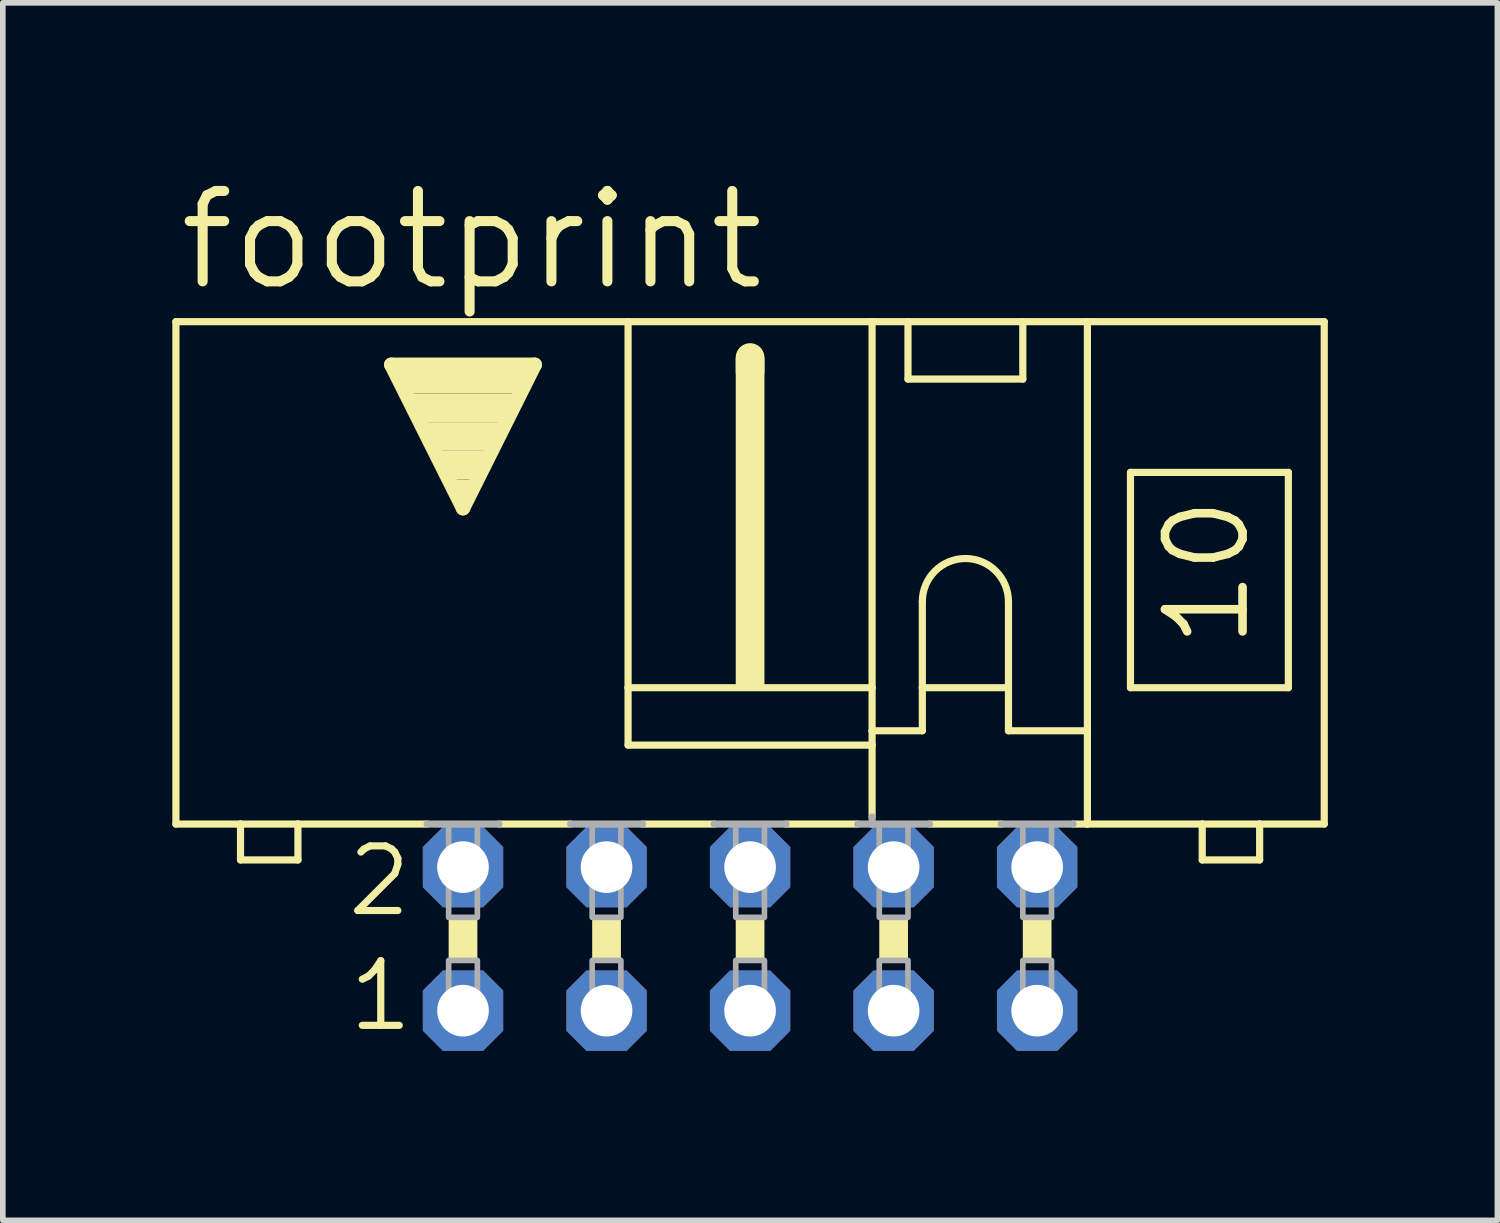
<source format=kicad_pcb>
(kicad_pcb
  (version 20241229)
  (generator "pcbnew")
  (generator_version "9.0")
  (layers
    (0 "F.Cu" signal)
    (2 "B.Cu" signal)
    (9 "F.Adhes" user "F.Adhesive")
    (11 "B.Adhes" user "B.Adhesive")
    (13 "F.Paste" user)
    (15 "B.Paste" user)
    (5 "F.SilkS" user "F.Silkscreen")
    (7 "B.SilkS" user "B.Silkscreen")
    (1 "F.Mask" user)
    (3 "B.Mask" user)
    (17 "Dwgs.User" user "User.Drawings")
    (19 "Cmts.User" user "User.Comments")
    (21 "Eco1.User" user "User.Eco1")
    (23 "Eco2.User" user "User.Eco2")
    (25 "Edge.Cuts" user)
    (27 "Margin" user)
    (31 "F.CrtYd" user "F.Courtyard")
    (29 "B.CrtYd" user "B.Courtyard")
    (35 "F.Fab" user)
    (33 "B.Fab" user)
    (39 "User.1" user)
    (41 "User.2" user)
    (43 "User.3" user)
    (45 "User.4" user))
  (footprint "footprint"
    (layer "F.Cu")
    (at 10.223 13.564)
    (property "Reference" "footprint" (at -10.185 -11.43 0) (layer "F.SilkS") (effects (font (size 1.6 1.6) (thickness 0.178)) (justify left bottom)))
    (fp_line (start -10.16 -2.032) (end -10.16 -10.922) (stroke (width 0.127) (type solid)) (layer "F.SilkS"))
    (fp_line (start -10.16 -2.032) (end -9.017 -2.032) (stroke (width 0.127) (type solid)) (layer "F.SilkS"))
    (fp_line (start -9.017 -2.032) (end -9.017 -1.397) (stroke (width 0.127) (type solid)) (layer "F.SilkS"))
    (fp_line (start -9.017 -2.032) (end -8.001 -2.032) (stroke (width 0.127) (type solid)) (layer "F.SilkS"))
    (fp_line (start -8.001 -2.032) (end -5.715 -2.032) (stroke (width 0.127) (type solid)) (layer "F.SilkS"))
    (fp_line (start -8.001 -1.397) (end -9.017 -1.397) (stroke (width 0.127) (type solid)) (layer "F.SilkS"))
    (fp_line (start -8.001 -1.397) (end -8.001 -2.032) (stroke (width 0.127) (type solid)) (layer "F.SilkS"))
    (fp_line (start -6.35 -10.16) (end -3.81 -10.16) (stroke (width 0.254) (type solid)) (layer "F.SilkS"))
    (fp_line (start -5.08 -7.62) (end -6.35 -10.16) (stroke (width 0.254) (type solid)) (layer "F.SilkS"))
    (fp_line (start -4.445 -2.032) (end -3.175 -2.032) (stroke (width 0.127) (type solid)) (layer "F.SilkS"))
    (fp_line (start -3.81 -10.16) (end -5.08 -7.62) (stroke (width 0.254) (type solid)) (layer "F.SilkS"))
    (fp_line (start -2.159 -10.922) (end -10.16 -10.922) (stroke (width 0.127) (type solid)) (layer "F.SilkS"))
    (fp_line (start -2.159 -10.922) (end -2.159 -4.445) (stroke (width 0.127) (type solid)) (layer "F.SilkS"))
    (fp_line (start -2.159 -10.922) (end 2.159 -10.922) (stroke (width 0.127) (type solid)) (layer "F.SilkS"))
    (fp_line (start -2.159 -4.445) (end -2.159 -3.429) (stroke (width 0.127) (type solid)) (layer "F.SilkS"))
    (fp_line (start -1.905 -2.032) (end -0.635 -2.032) (stroke (width 0.127) (type solid)) (layer "F.SilkS"))
    (fp_line (start 0 -10.033) (end 0 -10.287) (stroke (width 0.508) (type solid)) (layer "F.SilkS"))
    (fp_line (start 0.635 -2.032) (end 1.905 -2.032) (stroke (width 0.127) (type solid)) (layer "F.SilkS"))
    (fp_line (start 2.159 -10.922) (end 2.159 -4.445) (stroke (width 0.127) (type solid)) (layer "F.SilkS"))
    (fp_line (start 2.159 -10.922) (end 10.16 -10.922) (stroke (width 0.127) (type solid)) (layer "F.SilkS"))
    (fp_line (start 2.159 -4.445) (end -2.159 -4.445) (stroke (width 0.127) (type solid)) (layer "F.SilkS"))
    (fp_line (start 2.159 -4.445) (end 2.159 -3.683) (stroke (width 0.127) (type solid)) (layer "F.SilkS"))
    (fp_line (start 2.159 -3.683) (end 2.159 -3.429) (stroke (width 0.127) (type solid)) (layer "F.SilkS"))
    (fp_line (start 2.159 -3.683) (end 3.048 -3.683) (stroke (width 0.127) (type solid)) (layer "F.SilkS"))
    (fp_line (start 2.159 -3.429) (end -2.159 -3.429) (stroke (width 0.127) (type solid)) (layer "F.SilkS"))
    (fp_line (start 2.159 -3.429) (end 2.159 -2.159) (stroke (width 0.127) (type solid)) (layer "F.SilkS"))
    (fp_line (start 2.794 -9.906) (end 2.794 -10.922) (stroke (width 0.127) (type solid)) (layer "F.SilkS"))
    (fp_line (start 2.794 -9.906) (end 4.826 -9.906) (stroke (width 0.127) (type solid)) (layer "F.SilkS"))
    (fp_line (start 3.048 -5.969) (end 3.048 -4.445) (stroke (width 0.127) (type solid)) (layer "F.SilkS"))
    (fp_line (start 3.048 -4.445) (end 3.048 -3.683) (stroke (width 0.127) (type solid)) (layer "F.SilkS"))
    (fp_line (start 3.048 -4.445) (end 4.572 -4.445) (stroke (width 0.127) (type solid)) (layer "F.SilkS"))
    (fp_line (start 3.175 -2.032) (end 4.445 -2.032) (stroke (width 0.127) (type solid)) (layer "F.SilkS"))
    (fp_line (start 4.572 -5.969) (end 4.572 -4.445) (stroke (width 0.127) (type solid)) (layer "F.SilkS"))
    (fp_line (start 4.572 -4.445) (end 4.572 -3.683) (stroke (width 0.127) (type solid)) (layer "F.SilkS"))
    (fp_line (start 4.572 -3.683) (end 5.969 -3.683) (stroke (width 0.127) (type solid)) (layer "F.SilkS"))
    (fp_line (start 4.826 -10.922) (end 4.826 -9.906) (stroke (width 0.127) (type solid)) (layer "F.SilkS"))
    (fp_line (start 5.969 -3.683) (end 5.969 -10.922) (stroke (width 0.127) (type solid)) (layer "F.SilkS"))
    (fp_line (start 5.969 -3.683) (end 5.969 -2.032) (stroke (width 0.127) (type solid)) (layer "F.SilkS"))
    (fp_line (start 5.969 -2.032) (end 5.715 -2.032) (stroke (width 0.127) (type solid)) (layer "F.SilkS"))
    (fp_line (start 6.731 -8.255) (end 6.731 -4.445) (stroke (width 0.127) (type solid)) (layer "F.SilkS"))
    (fp_line (start 6.731 -8.255) (end 9.525 -8.255) (stroke (width 0.127) (type solid)) (layer "F.SilkS"))
    (fp_line (start 6.731 -4.445) (end 9.525 -4.445) (stroke (width 0.127) (type solid)) (layer "F.SilkS"))
    (fp_line (start 8.001 -2.032) (end 5.969 -2.032) (stroke (width 0.127) (type solid)) (layer "F.SilkS"))
    (fp_line (start 8.001 -2.032) (end 8.001 -1.397) (stroke (width 0.127) (type solid)) (layer "F.SilkS"))
    (fp_line (start 9.017 -2.032) (end 8.001 -2.032) (stroke (width 0.127) (type solid)) (layer "F.SilkS"))
    (fp_line (start 9.017 -1.397) (end 8.001 -1.397) (stroke (width 0.127) (type solid)) (layer "F.SilkS"))
    (fp_line (start 9.017 -1.397) (end 9.017 -2.032) (stroke (width 0.127) (type solid)) (layer "F.SilkS"))
    (fp_line (start 9.525 -4.445) (end 9.525 -8.255) (stroke (width 0.127) (type solid)) (layer "F.SilkS"))
    (fp_line (start 10.16 -10.922) (end 10.16 -2.032) (stroke (width 0.127) (type solid)) (layer "F.SilkS"))
    (fp_line (start 10.16 -2.032) (end 9.017 -2.032) (stroke (width 0.127) (type solid)) (layer "F.SilkS"))
    (fp_arc (start 3.048 -5.969) (mid 3.81 -6.731) (end 4.572 -5.969) (stroke (width 0.127) (type solid)) (layer "F.SilkS"))
    (fp_poly (pts (xy -6.223 -9.652) (xy -3.937 -9.652) (xy -3.937 -10.16) (xy -6.223 -10.16)) (stroke (width 0) (type solid)) (fill yes) (layer "F.SilkS"))
    (fp_poly (pts (xy -5.969 -9.144) (xy -4.191 -9.144) (xy -4.191 -9.652) (xy -5.969 -9.652)) (stroke (width 0) (type solid)) (fill yes) (layer "F.SilkS"))
    (fp_poly (pts (xy -5.715 -8.636) (xy -4.445 -8.636) (xy -4.445 -9.144) (xy -5.715 -9.144)) (stroke (width 0) (type solid)) (fill yes) (layer "F.SilkS"))
    (fp_poly (pts (xy -5.461 -8.128) (xy -4.699 -8.128) (xy -4.699 -8.636) (xy -5.461 -8.636)) (stroke (width 0) (type solid)) (fill yes) (layer "F.SilkS"))
    (fp_poly (pts (xy -5.334 0.381) (xy -4.826 0.381) (xy -4.826 -0.381) (xy -5.334 -0.381)) (stroke (width 0) (type solid)) (fill yes) (layer "F.SilkS"))
    (fp_poly (pts (xy -5.207 -7.874) (xy -4.953 -7.874) (xy -4.953 -8.128) (xy -5.207 -8.128)) (stroke (width 0) (type solid)) (fill yes) (layer "F.SilkS"))
    (fp_poly (pts (xy -2.794 0.381) (xy -2.286 0.381) (xy -2.286 -0.381) (xy -2.794 -0.381)) (stroke (width 0) (type solid)) (fill yes) (layer "F.SilkS"))
    (fp_poly (pts (xy -0.254 -4.445) (xy 0.254 -4.445) (xy 0.254 -10.287) (xy -0.254 -10.287)) (stroke (width 0) (type solid)) (fill yes) (layer "F.SilkS"))
    (fp_poly (pts (xy -0.254 0.381) (xy 0.254 0.381) (xy 0.254 -0.381) (xy -0.254 -0.381)) (stroke (width 0) (type solid)) (fill yes) (layer "F.SilkS"))
    (fp_poly (pts (xy 2.286 0.381) (xy 2.794 0.381) (xy 2.794 -0.381) (xy 2.286 -0.381)) (stroke (width 0) (type solid)) (fill yes) (layer "F.SilkS"))
    (fp_poly (pts (xy 4.826 0.381) (xy 5.334 0.381) (xy 5.334 -0.381) (xy 4.826 -0.381)) (stroke (width 0) (type solid)) (fill yes) (layer "F.SilkS"))
    (fp_line (start -5.715 -2.032) (end -4.445 -2.032) (stroke (width 0.127) (type solid)) (layer "F.Fab"))
    (fp_line (start -3.175 -2.032) (end -1.905 -2.032) (stroke (width 0.127) (type solid)) (layer "F.Fab"))
    (fp_line (start -0.635 -2.032) (end 0.635 -2.032) (stroke (width 0.127) (type solid)) (layer "F.Fab"))
    (fp_line (start 1.905 -2.032) (end 2.159 -2.032) (stroke (width 0.127) (type solid)) (layer "F.Fab"))
    (fp_line (start 2.159 -2.159) (end 2.159 -2.032) (stroke (width 0.127) (type solid)) (layer "F.Fab"))
    (fp_line (start 2.159 -2.032) (end 3.175 -2.032) (stroke (width 0.127) (type solid)) (layer "F.Fab"))
    (fp_line (start 5.715 -2.032) (end 4.445 -2.032) (stroke (width 0.127) (type solid)) (layer "F.Fab"))
    (fp_poly (pts (xy -5.334 -0.381) (xy -4.826 -0.381) (xy -4.826 -2.032) (xy -5.334 -2.032)) (stroke (width 0.1) (type solid)) (fill no) (layer "F.Fab"))
    (fp_poly (pts (xy -5.334 1.524) (xy -4.826 1.524) (xy -4.826 0.381) (xy -5.334 0.381)) (stroke (width 0.1) (type solid)) (fill no) (layer "F.Fab"))
    (fp_poly (pts (xy -2.794 -0.381) (xy -2.286 -0.381) (xy -2.286 -2.032) (xy -2.794 -2.032)) (stroke (width 0.1) (type solid)) (fill no) (layer "F.Fab"))
    (fp_poly (pts (xy -2.794 1.524) (xy -2.286 1.524) (xy -2.286 0.381) (xy -2.794 0.381)) (stroke (width 0.1) (type solid)) (fill no) (layer "F.Fab"))
    (fp_poly (pts (xy -0.254 -0.381) (xy 0.254 -0.381) (xy 0.254 -2.032) (xy -0.254 -2.032)) (stroke (width 0.1) (type solid)) (fill no) (layer "F.Fab"))
    (fp_poly (pts (xy -0.254 1.524) (xy 0.254 1.524) (xy 0.254 0.381) (xy -0.254 0.381)) (stroke (width 0.1) (type solid)) (fill no) (layer "F.Fab"))
    (fp_poly (pts (xy 2.286 -0.381) (xy 2.794 -0.381) (xy 2.794 -2.032) (xy 2.286 -2.032)) (stroke (width 0.1) (type solid)) (fill no) (layer "F.Fab"))
    (fp_poly (pts (xy 2.286 1.524) (xy 2.794 1.524) (xy 2.794 0.381) (xy 2.286 0.381)) (stroke (width 0.1) (type solid)) (fill no) (layer "F.Fab"))
    (fp_poly (pts (xy 4.826 -0.381) (xy 5.334 -0.381) (xy 5.334 -2.032) (xy 4.826 -2.032)) (stroke (width 0.1) (type solid)) (fill no) (layer "F.Fab"))
    (fp_poly (pts (xy 4.826 1.524) (xy 5.334 1.524) (xy 5.334 0.381) (xy 4.826 0.381)) (stroke (width 0.1) (type solid)) (fill no) (layer "F.Fab"))
    (fp_text user "10" (at 8.89 -5.08 90) (layer "F.SilkS") (effects (font (size 1.372 1.372) (thickness 0.152)) (justify left bottom)))
    (fp_text user "2" (at -7.188 -0.356 0) (layer "F.SilkS") (effects (font (size 1.143 1.143) (thickness 0.127)) (justify left bottom)))
    (fp_text user "1" (at -7.163 1.676 0) (layer "F.SilkS") (effects (font (size 1.143 1.143) (thickness 0.127)) (justify left bottom)))
    (pad "1" thru_hole roundrect (at -5.08 1.27) (size 1.422 1.422) (drill 0.914) (layers "*.Cu" "*.Mask") (roundrect_rratio 0.25) (chamfer_ratio 0.25) (chamfer top_left top_right bottom_left bottom_right))
    (pad "2" thru_hole roundrect (at -5.08 -1.27) (size 1.422 1.422) (drill 0.914) (layers "*.Cu" "*.Mask") (roundrect_rratio 0.25) (chamfer_ratio 0.25) (chamfer top_left top_right bottom_left bottom_right))
    (pad "3" thru_hole roundrect (at -2.54 1.27) (size 1.422 1.422) (drill 0.914) (layers "*.Cu" "*.Mask") (roundrect_rratio 0.25) (chamfer_ratio 0.25) (chamfer top_left top_right bottom_left bottom_right))
    (pad "4" thru_hole roundrect (at -2.54 -1.27) (size 1.422 1.422) (drill 0.914) (layers "*.Cu" "*.Mask") (roundrect_rratio 0.25) (chamfer_ratio 0.25) (chamfer top_left top_right bottom_left bottom_right))
    (pad "5" thru_hole roundrect (at 0 1.27) (size 1.422 1.422) (drill 0.914) (layers "*.Cu" "*.Mask") (roundrect_rratio 0.25) (chamfer_ratio 0.25) (chamfer top_left top_right bottom_left bottom_right))
    (pad "6" thru_hole roundrect (at 0 -1.27) (size 1.422 1.422) (drill 0.914) (layers "*.Cu" "*.Mask") (roundrect_rratio 0.25) (chamfer_ratio 0.25) (chamfer top_left top_right bottom_left bottom_right))
    (pad "7" thru_hole roundrect (at 2.54 1.27) (size 1.422 1.422) (drill 0.914) (layers "*.Cu" "*.Mask") (roundrect_rratio 0.25) (chamfer_ratio 0.25) (chamfer top_left top_right bottom_left bottom_right))
    (pad "8" thru_hole roundrect (at 2.54 -1.27) (size 1.422 1.422) (drill 0.914) (layers "*.Cu" "*.Mask") (roundrect_rratio 0.25) (chamfer_ratio 0.25) (chamfer top_left top_right bottom_left bottom_right))
    (pad "9" thru_hole roundrect (at 5.08 1.27) (size 1.422 1.422) (drill 0.914) (layers "*.Cu" "*.Mask") (roundrect_rratio 0.25) (chamfer_ratio 0.25) (chamfer top_left top_right bottom_left bottom_right))
    (pad "10" thru_hole roundrect (at 5.08 -1.27) (size 1.422 1.422) (drill 0.914) (layers "*.Cu" "*.Mask") (roundrect_rratio 0.25) (chamfer_ratio 0.25) (chamfer top_left top_right bottom_left bottom_right)))
  (gr_rect
    (start -3 -3)
    (end 23.447 18.545)
    (stroke (width 0.1) (type default))
    (fill no)
    (layer "Edge.Cuts")))
</source>
